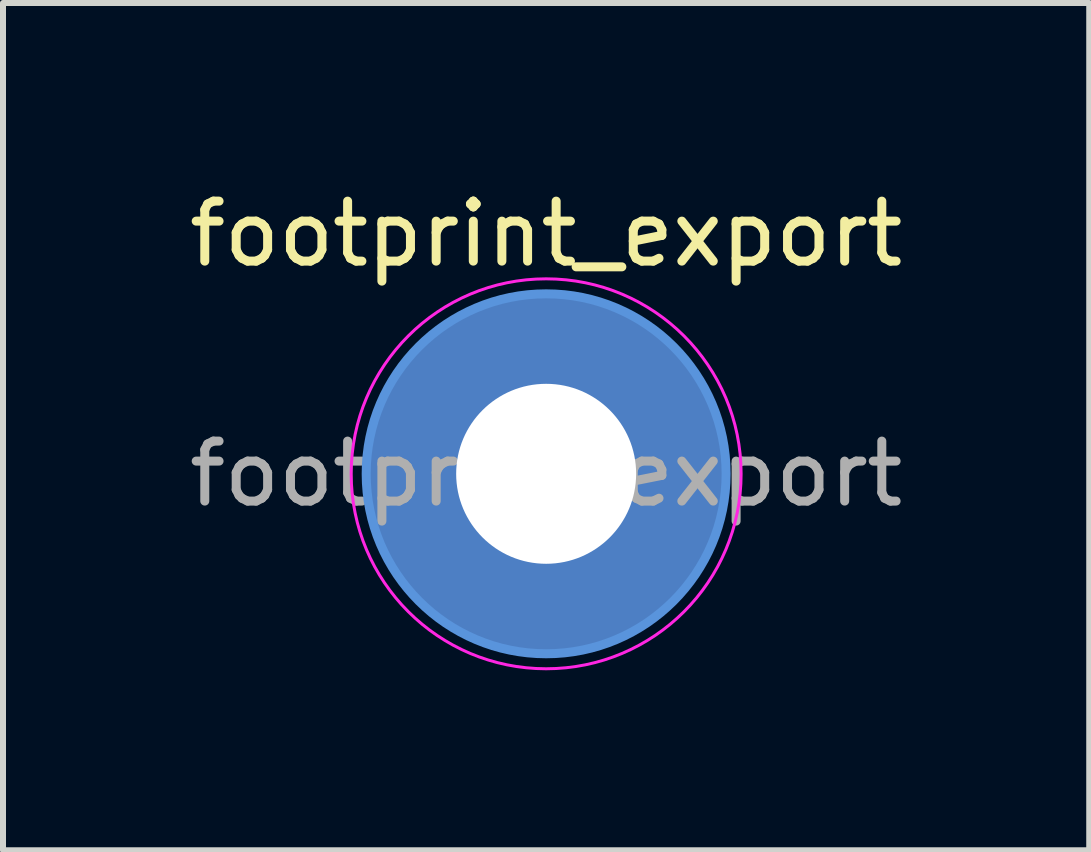
<source format=kicad_pcb>
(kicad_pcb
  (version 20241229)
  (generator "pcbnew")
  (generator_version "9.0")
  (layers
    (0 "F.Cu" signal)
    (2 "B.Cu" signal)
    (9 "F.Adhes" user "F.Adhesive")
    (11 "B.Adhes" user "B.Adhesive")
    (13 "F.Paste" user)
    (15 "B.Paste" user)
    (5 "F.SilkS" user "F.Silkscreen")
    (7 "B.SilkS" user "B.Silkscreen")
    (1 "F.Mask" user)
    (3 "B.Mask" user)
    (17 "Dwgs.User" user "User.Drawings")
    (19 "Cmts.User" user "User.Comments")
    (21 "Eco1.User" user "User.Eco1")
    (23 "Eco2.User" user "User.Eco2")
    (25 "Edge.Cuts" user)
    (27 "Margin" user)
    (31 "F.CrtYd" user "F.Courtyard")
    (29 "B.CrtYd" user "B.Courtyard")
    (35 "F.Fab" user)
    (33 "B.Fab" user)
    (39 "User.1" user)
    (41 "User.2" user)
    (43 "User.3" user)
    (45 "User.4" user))
  (footprint "footprint_export"
    (layer "F.Cu")
    (at 6.054 4.848)
    (property "Reference" "footprint_export" (at 0 -4 0) (layer "F.SilkS") (effects (font (size 1 1) (thickness 0.15))))
    (attr exclude_from_pos_files exclude_from_bom)
    (fp_circle (center 0 0) (end 3 0) (stroke (width 0.15) (type solid)) (fill no) (layer "Cmts.User"))
    (fp_circle (center 0 0) (end 3.25 0) (stroke (width 0.05) (type solid)) (fill no) (layer "F.CrtYd"))
    (fp_text user "${REFERENCE}" (at 0 0 0) (layer "F.Fab") (effects (font (size 1 1) (thickness 0.15))))
    (pad "1" thru_hole circle (at 0 0) (size 6 6) (drill 3) (layers "*.Cu" "*.Mask")))
  (gr_rect
    (start -3 -3)
    (end 15.107 11.123)
    (stroke (width 0.1) (type default))
    (fill no)
    (layer "Edge.Cuts")))
</source>
